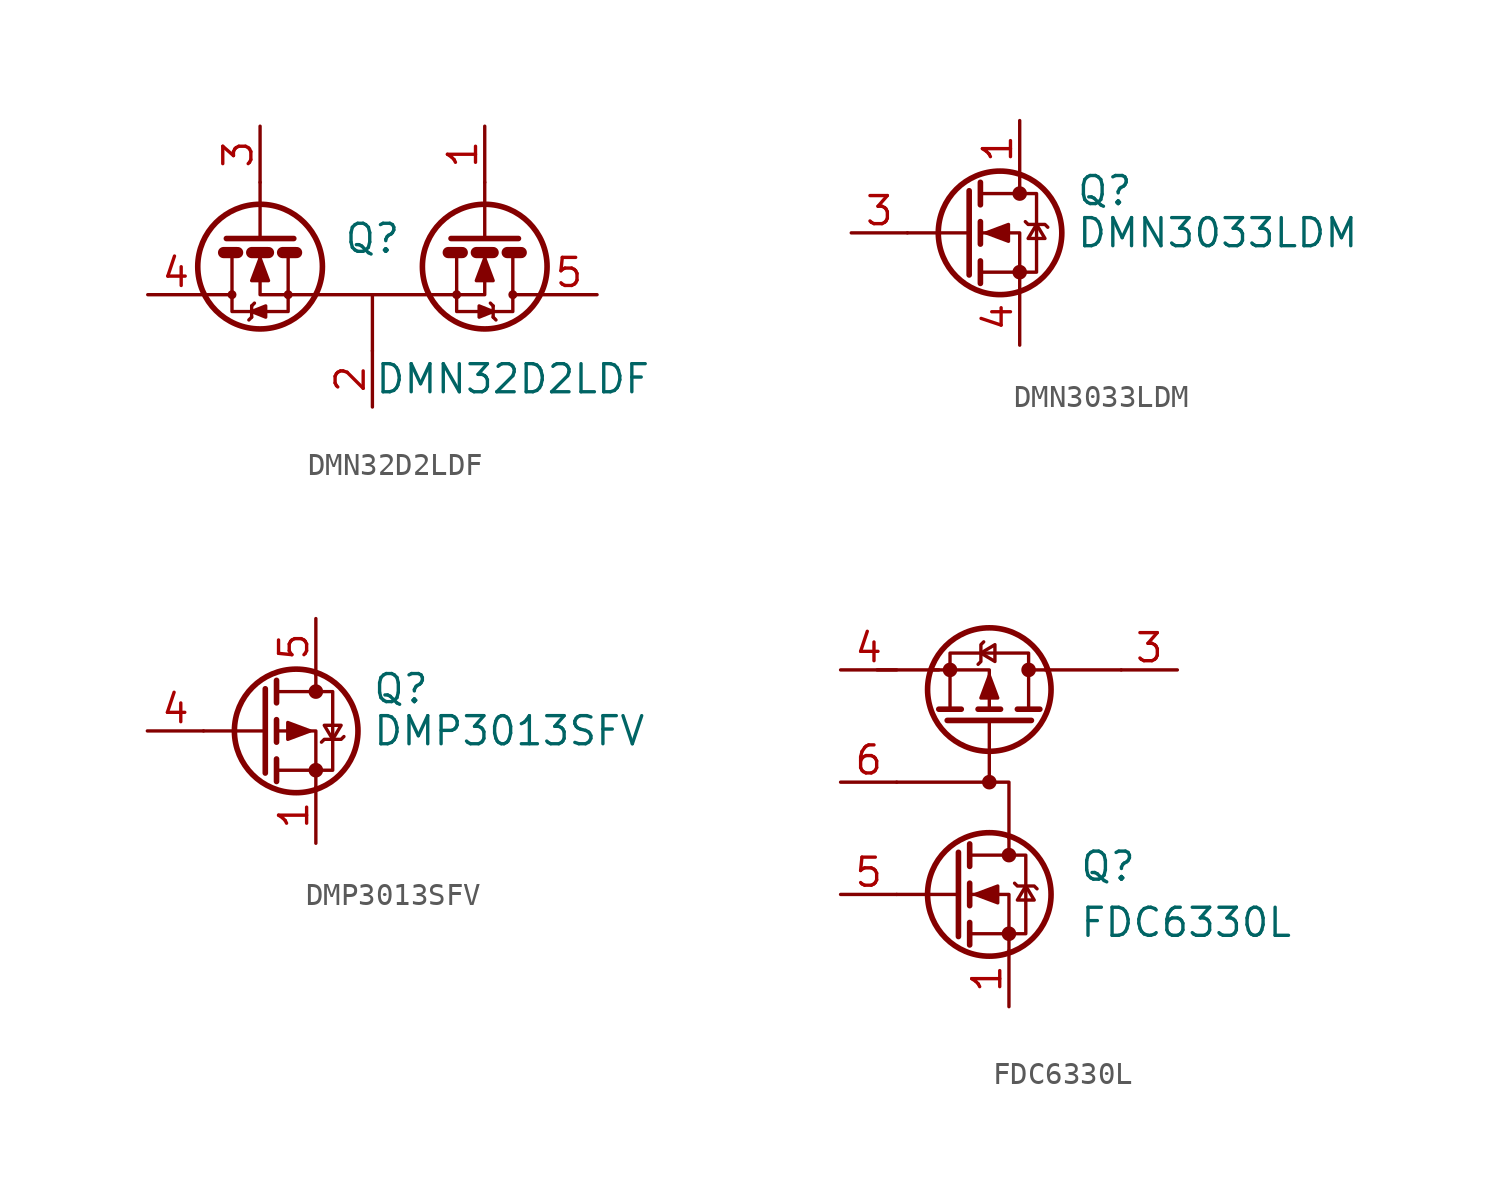
<source format=kicad_sym>
(kicad_symbol_lib
  (version 20211014)
  (generator kicad_symbol_editor)
  (symbol "DMN32D2LDF"
    (pin_names hide)
    (property "Reference" "Q"
      (at 0 2.54 0)
      (effects (font (size 1.27 1.27))))
    (property "Value" "DMN32D2LDF"
      (at 6.35 -3.81 0)
      (effects (font (size 1.27 1.27))))
    (symbol "DMN32D2LDF_0_1"
      (polyline (pts (xy -2.54 0) (xy 2.54 0)) (stroke (width 0) (type default) (color 0 0 0 0)) (fill (type none)))
      (polyline (pts (xy 0 -2.54) (xy 0 0)) (stroke (width 0) (type default) (color 0 0 0 0)) (fill (type none))))
    (symbol "DMN32D2LDF_1_1"
      (circle (center -6.35 0) (radius 0.127) (stroke (width 0) (type default) (color 0 0 0 0)) (fill (type none)))
      (circle (center -5.08 1.27) (radius 2.819) (stroke (width 0.254) (type default) (color 0 0 0 0)) (fill (type none)))
      (circle (center -3.81 0) (radius 0.127) (stroke (width 0) (type default) (color 0 0 0 0)) (fill (type none)))
      (polyline (pts (xy -6.731 1.905) (xy -6.096 1.905)) (stroke (width 0.508) (type default) (color 0 0 0 0)) (fill (type none)))
      (polyline (pts (xy -5.461 -1.016) (xy -5.588 -1.143)) (stroke (width 0) (type default) (color 0 0 0 0)) (fill (type none)))
      (polyline (pts (xy -5.461 -0.508) (xy -5.461 -1.016)) (stroke (width 0) (type default) (color 0 0 0 0)) (fill (type none)))
      (polyline (pts (xy -5.461 -0.508) (xy -5.334 -0.381)) (stroke (width 0) (type default) (color 0 0 0 0)) (fill (type none)))
      (polyline (pts (xy -5.461 1.905) (xy -4.699 1.905)) (stroke (width 0.508) (type default) (color 0 0 0 0)) (fill (type none)))
      (polyline (pts (xy -5.08 2.54) (xy -5.08 5.08)) (stroke (width 0) (type default) (color 0 0 0 0)) (fill (type none)))
      (polyline (pts (xy -4.064 1.905) (xy -3.429 1.905)) (stroke (width 0.508) (type default) (color 0 0 0 0)) (fill (type none)))
      (polyline (pts (xy 4.064 1.905) (xy 3.429 1.905)) (stroke (width 0.508) (type default) (color 0 0 0 0)) (fill (type none)))
      (polyline (pts (xy 5.08 2.54) (xy 5.08 5.08)) (stroke (width 0) (type default) (color 0 0 0 0)) (fill (type none)))
      (polyline (pts (xy 5.461 -1.016) (xy 5.588 -1.143)) (stroke (width 0) (type default) (color 0 0 0 0)) (fill (type none)))
      (polyline (pts (xy 5.461 -0.508) (xy 5.334 -0.381)) (stroke (width 0) (type default) (color 0 0 0 0)) (fill (type none)))
      (polyline (pts (xy 5.461 -0.508) (xy 5.461 -1.016)) (stroke (width 0) (type default) (color 0 0 0 0)) (fill (type none)))
      (polyline (pts (xy 5.461 1.905) (xy 4.699 1.905)) (stroke (width 0.508) (type default) (color 0 0 0 0)) (fill (type none)))
      (polyline (pts (xy 6.731 1.905) (xy 6.096 1.905)) (stroke (width 0.508) (type default) (color 0 0 0 0)) (fill (type none)))
      (polyline (pts (xy -6.604 2.54) (xy -3.556 2.54) (xy -3.556 2.54)) (stroke (width 0.254) (type default) (color 0 0 0 0)) (fill (type none)))
      (polyline (pts (xy 6.604 2.54) (xy 3.556 2.54) (xy 3.556 2.54)) (stroke (width 0.254) (type default) (color 0 0 0 0)) (fill (type none)))
      (polyline (pts (xy -6.35 0) (xy -6.35 -0.762) (xy -3.81 -0.762) (xy -3.81 0)) (stroke (width 0) (type default) (color 0 0 0 0)) (fill (type none)))
      (polyline (pts (xy -6.35 1.778) (xy -6.35 0) (xy -7.62 0) (xy -7.62 0)) (stroke (width 0) (type default) (color 0 0 0 0)) (fill (type none)))
      (polyline (pts (xy -5.461 -0.762) (xy -4.826 -0.508) (xy -4.826 -1.016) (xy -5.461 -0.762)) (stroke (width 0) (type default) (color 0 0 0 0)) (fill (type outline)))
      (polyline (pts (xy -3.81 1.778) (xy -3.81 0) (xy -2.54 0) (xy -2.54 0)) (stroke (width 0) (type default) (color 0 0 0 0)) (fill (type none)))
      (polyline (pts (xy 3.81 1.778) (xy 3.81 0) (xy 2.54 0) (xy 2.54 0)) (stroke (width 0) (type default) (color 0 0 0 0)) (fill (type none)))
      (polyline (pts (xy 5.461 -0.762) (xy 4.826 -0.508) (xy 4.826 -1.016) (xy 5.461 -0.762)) (stroke (width 0) (type default) (color 0 0 0 0)) (fill (type outline)))
      (polyline (pts (xy 6.35 0) (xy 6.35 -0.762) (xy 3.81 -0.762) (xy 3.81 0)) (stroke (width 0) (type default) (color 0 0 0 0)) (fill (type none)))
      (polyline (pts (xy 6.35 1.778) (xy 6.35 0) (xy 7.62 0) (xy 7.62 0)) (stroke (width 0) (type default) (color 0 0 0 0)) (fill (type none)))
      (polyline (pts (xy -5.08 1.778) (xy -5.08 1.27) (xy -5.08 0) (xy -3.81 0) (xy -3.81 0)) (stroke (width 0) (type default) (color 0 0 0 0)) (fill (type none)))
      (polyline (pts (xy 5.08 1.778) (xy 5.08 1.27) (xy 5.08 0) (xy 3.81 0) (xy 3.81 0)) (stroke (width 0) (type default) (color 0 0 0 0)) (fill (type none)))
      (polyline (pts (xy -5.08 1.651) (xy -5.461 0.635) (xy -4.699 0.635) (xy -5.08 1.651) (xy -5.08 1.524) (xy -5.08 1.524)) (stroke (width 0) (type default) (color 0 0 0 0)) (fill (type outline)))
      (polyline (pts (xy 5.08 1.651) (xy 5.461 0.635) (xy 4.699 0.635) (xy 5.08 1.651) (xy 5.08 1.524) (xy 5.08 1.524)) (stroke (width 0) (type default) (color 0 0 0 0)) (fill (type outline)))
      (circle (center 3.81 0) (radius 0.127) (stroke (width 0) (type default) (color 0 0 0 0)) (fill (type none)))
      (circle (center 5.08 1.27) (radius 2.819) (stroke (width 0.254) (type default) (color 0 0 0 0)) (fill (type none)))
      (circle (center 6.35 0) (radius 0.127) (stroke (width 0) (type default) (color 0 0 0 0)) (fill (type none)))
      (pin input line (at 5.08 7.62 270) (length 2.54) (name "G1" (effects (font (size 1.27 1.27)))) (number "1" (effects (font (size 1.27 1.27)))))
      (pin passive line (at 0 -5.08 90) (length 2.54) (name "S" (effects (font (size 1.27 1.27)))) (number "2" (effects (font (size 1.27 1.27)))))
      (pin input line (at -5.08 7.62 270) (length 2.54) (name "G2" (effects (font (size 1.27 1.27)))) (number "3" (effects (font (size 1.27 1.27)))))
      (pin passive line (at -10.16 0 0) (length 2.54) (name "D2" (effects (font (size 1.27 1.27)))) (number "4" (effects (font (size 1.27 1.27)))))
      (pin passive line (at 10.16 0 180) (length 2.54) (name "D1" (effects (font (size 1.27 1.27)))) (number "5" (effects (font (size 1.27 1.27)))))))
  (symbol "DMN3033LDM"
    (pin_names hide)
    (property "Reference" "Q"
      (at 5.08 1.905 0)
      (effects (font (size 1.27 1.27)) (justify left)))
    (property "Value" "DMN3033LDM"
      (at 5.08 0 0)
      (effects (font (size 1.27 1.27)) (justify left)))
    (symbol "DMN3033LDM_0_1"
      (polyline (pts (xy 0.254 0) (xy -2.54 0)) (stroke (width 0) (type default) (color 0 0 0 0)) (fill (type none)))
      (polyline (pts (xy 0.254 1.905) (xy 0.254 -1.905)) (stroke (width 0.254) (type default) (color 0 0 0 0)) (fill (type none)))
      (polyline (pts (xy 0.762 -1.27) (xy 0.762 -2.286)) (stroke (width 0.254) (type default) (color 0 0 0 0)) (fill (type none)))
      (polyline (pts (xy 0.762 0.508) (xy 0.762 -0.508)) (stroke (width 0.254) (type default) (color 0 0 0 0)) (fill (type none)))
      (polyline (pts (xy 0.762 2.286) (xy 0.762 1.27)) (stroke (width 0.254) (type default) (color 0 0 0 0)) (fill (type none)))
      (polyline (pts (xy 2.54 2.54) (xy 2.54 1.778)) (stroke (width 0) (type default) (color 0 0 0 0)) (fill (type none)))
      (polyline (pts (xy 2.54 -2.54) (xy 2.54 0) (xy 0.762 0)) (stroke (width 0) (type default) (color 0 0 0 0)) (fill (type none)))
      (polyline (pts (xy 0.762 -1.778) (xy 3.302 -1.778) (xy 3.302 1.778) (xy 0.762 1.778)) (stroke (width 0) (type default) (color 0 0 0 0)) (fill (type none)))
      (polyline (pts (xy 1.016 0) (xy 2.032 0.381) (xy 2.032 -0.381) (xy 1.016 0)) (stroke (width 0) (type default) (color 0 0 0 0)) (fill (type outline)))
      (polyline (pts (xy 2.794 0.508) (xy 2.921 0.381) (xy 3.683 0.381) (xy 3.81 0.254)) (stroke (width 0) (type default) (color 0 0 0 0)) (fill (type none)))
      (polyline (pts (xy 3.302 0.381) (xy 2.921 -0.254) (xy 3.683 -0.254) (xy 3.302 0.381)) (stroke (width 0) (type default) (color 0 0 0 0)) (fill (type none)))
      (circle (center 1.651 0) (radius 2.794) (stroke (width 0.254) (type default) (color 0 0 0 0)) (fill (type none)))
      (circle (center 2.54 -1.778) (radius 0.254) (stroke (width 0) (type default) (color 0 0 0 0)) (fill (type outline)))
      (circle (center 2.54 1.778) (radius 0.254) (stroke (width 0) (type default) (color 0 0 0 0)) (fill (type outline))))
    (symbol "DMN3033LDM_1_1"
      (pin passive line (at 2.54 5.08 270) (length 2.54) (name "D" (effects (font (size 1.27 1.27)))) (number "1" (effects (font (size 1.27 1.27)))))
      (pin passive line (at 2.54 5.08 270) (length 2.54) hide (name "D" (effects (font (size 1.27 1.27)))) (number "2" (effects (font (size 1.27 1.27)))))
      (pin input line (at -5.08 0 0) (length 2.54) (name "G" (effects (font (size 1.27 1.27)))) (number "3" (effects (font (size 1.27 1.27)))))
      (pin passive line (at 2.54 -5.08 90) (length 2.54) (name "S" (effects (font (size 1.27 1.27)))) (number "4" (effects (font (size 1.27 1.27)))))
      (pin passive line (at 2.54 5.08 270) (length 2.54) hide (name "D" (effects (font (size 1.27 1.27)))) (number "5" (effects (font (size 1.27 1.27)))))
      (pin passive line (at 2.54 5.08 270) (length 2.54) hide (name "D" (effects (font (size 1.27 1.27)))) (number "6" (effects (font (size 1.27 1.27)))))))
  (symbol "DMP3013SFV"
    (pin_names hide)
    (property "Reference" "Q"
      (at 5.08 1.905 0)
      (effects (font (size 1.27 1.27)) (justify left)))
    (property "Value" "DMP3013SFV"
      (at 5.08 0 0)
      (effects (font (size 1.27 1.27)) (justify left)))
    (symbol "DMP3013SFV_0_1"
      (polyline (pts (xy 0.254 0) (xy -2.54 0)) (stroke (width 0) (type default) (color 0 0 0 0)) (fill (type none)))
      (polyline (pts (xy 0.254 1.905) (xy 0.254 -1.905)) (stroke (width 0.254) (type default) (color 0 0 0 0)) (fill (type none)))
      (polyline (pts (xy 0.762 -1.27) (xy 0.762 -2.286)) (stroke (width 0.254) (type default) (color 0 0 0 0)) (fill (type none)))
      (polyline (pts (xy 0.762 0.508) (xy 0.762 -0.508)) (stroke (width 0.254) (type default) (color 0 0 0 0)) (fill (type none)))
      (polyline (pts (xy 0.762 2.286) (xy 0.762 1.27)) (stroke (width 0.254) (type default) (color 0 0 0 0)) (fill (type none)))
      (polyline (pts (xy 2.54 2.54) (xy 2.54 1.778)) (stroke (width 0) (type default) (color 0 0 0 0)) (fill (type none)))
      (polyline (pts (xy 2.54 -2.54) (xy 2.54 0) (xy 0.762 0)) (stroke (width 0) (type default) (color 0 0 0 0)) (fill (type none)))
      (polyline (pts (xy 0.762 1.778) (xy 3.302 1.778) (xy 3.302 -1.778) (xy 0.762 -1.778)) (stroke (width 0) (type default) (color 0 0 0 0)) (fill (type none)))
      (polyline (pts (xy 2.286 0) (xy 1.27 0.381) (xy 1.27 -0.381) (xy 2.286 0)) (stroke (width 0) (type default) (color 0 0 0 0)) (fill (type outline)))
      (polyline (pts (xy 2.794 -0.508) (xy 2.921 -0.381) (xy 3.683 -0.381) (xy 3.81 -0.254)) (stroke (width 0) (type default) (color 0 0 0 0)) (fill (type none)))
      (polyline (pts (xy 3.302 -0.381) (xy 2.921 0.254) (xy 3.683 0.254) (xy 3.302 -0.381)) (stroke (width 0) (type default) (color 0 0 0 0)) (fill (type none)))
      (circle (center 1.651 0) (radius 2.794) (stroke (width 0.254) (type default) (color 0 0 0 0)) (fill (type none)))
      (circle (center 2.54 -1.778) (radius 0.254) (stroke (width 0) (type default) (color 0 0 0 0)) (fill (type outline)))
      (circle (center 2.54 1.778) (radius 0.254) (stroke (width 0) (type default) (color 0 0 0 0)) (fill (type outline))))
    (symbol "DMP3013SFV_1_1"
      (pin passive line (at 2.54 -5.08 90) (length 2.54) (name "S" (effects (font (size 1.27 1.27)))) (number "1" (effects (font (size 1.27 1.27)))))
      (pin passive line (at 2.54 -5.08 90) (length 2.54) hide (name "S" (effects (font (size 1.27 1.27)))) (number "2" (effects (font (size 1.27 1.27)))))
      (pin passive line (at 2.54 -5.08 90) (length 2.54) hide (name "S" (effects (font (size 1.27 1.27)))) (number "3" (effects (font (size 1.27 1.27)))))
      (pin passive line (at -5.08 0 0) (length 2.54) (name "G" (effects (font (size 1.27 1.27)))) (number "4" (effects (font (size 1.27 1.27)))))
      (pin passive line (at 2.54 5.08 270) (length 2.54) (name "D" (effects (font (size 1.27 1.27)))) (number "5" (effects (font (size 1.27 1.27)))))))
  (symbol "FDC6330L"
    (pin_names hide)
    (property "Reference" "Q"
      (at 3.175 -1.27 0)
      (effects (font (size 1.27 1.27)) (justify left)))
    (property "Value" "FDC6330L"
      (at 3.175 -3.81 0)
      (effects (font (size 1.27 1.27)) (justify left)))
    (symbol "FDC6330L_0_1"
      (circle (center -0.889 -2.54) (radius 2.794) (stroke (width 0.254) (type default) (color 0 0 0 0)) (fill (type none)))
      (circle (center 0 -4.318) (radius 0.254) (stroke (width 0) (type default) (color 0 0 0 0)) (fill (type outline)))
      (circle (center 0 -0.762) (radius 0.254) (stroke (width 0) (type default) (color 0 0 0 0)) (fill (type outline)))
      (polyline (pts (xy -2.286 -2.54) (xy -5.08 -2.54)) (stroke (width 0) (type default) (color 0 0 0 0)) (fill (type none)))
      (polyline (pts (xy -2.286 -0.635) (xy -2.286 -4.445)) (stroke (width 0.254) (type default) (color 0 0 0 0)) (fill (type none)))
      (polyline (pts (xy -1.778 -3.81) (xy -1.778 -4.826)) (stroke (width 0.254) (type default) (color 0 0 0 0)) (fill (type none)))
      (polyline (pts (xy -1.778 -2.032) (xy -1.778 -3.048)) (stroke (width 0.254) (type default) (color 0 0 0 0)) (fill (type none)))
      (polyline (pts (xy -1.778 -0.254) (xy -1.778 -1.27)) (stroke (width 0.254) (type default) (color 0 0 0 0)) (fill (type none)))
      (polyline (pts (xy 0 0) (xy 0 -0.762)) (stroke (width 0) (type default) (color 0 0 0 0)) (fill (type none)))
      (polyline (pts (xy 5.08 7.62) (xy 1.651 7.62)) (stroke (width 0) (type default) (color 0 0 0 0)) (fill (type none)))
      (polyline (pts (xy -5.08 2.54) (xy 0 2.54) (xy 0 0)) (stroke (width 0) (type default) (color 0 0 0 0)) (fill (type none)))
      (polyline (pts (xy 0 -5.08) (xy 0 -2.54) (xy -1.778 -2.54)) (stroke (width 0) (type default) (color 0 0 0 0)) (fill (type none)))
      (polyline (pts (xy -1.778 -4.318) (xy 0.762 -4.318) (xy 0.762 -0.762) (xy -1.778 -0.762)) (stroke (width 0) (type default) (color 0 0 0 0)) (fill (type none))))
    (symbol "FDC6330L_1_1"
      (circle (center -2.667 7.62) (radius 0.254) (stroke (width 0) (type default) (color 0 0 0 0)) (fill (type outline)))
      (circle (center -0.889 2.54) (radius 0.254) (stroke (width 0) (type default) (color 0 0 0 0)) (fill (type outline)))
      (circle (center -0.889 6.731) (radius 2.794) (stroke (width 0.254) (type default) (color 0 0 0 0)) (fill (type none)))
      (polyline (pts (xy -3.175 7.62) (xy -5.969 7.62)) (stroke (width 0) (type default) (color 0 0 0 0)) (fill (type none)))
      (polyline (pts (xy -2.159 5.842) (xy -3.175 5.842)) (stroke (width 0.254) (type default) (color 0 0 0 0)) (fill (type none)))
      (polyline (pts (xy -0.889 5.334) (xy -0.889 2.54)) (stroke (width 0) (type default) (color 0 0 0 0)) (fill (type none)))
      (polyline (pts (xy -0.381 5.842) (xy -1.397 5.842)) (stroke (width 0.254) (type default) (color 0 0 0 0)) (fill (type none)))
      (polyline (pts (xy 1.016 5.334) (xy -2.794 5.334)) (stroke (width 0.254) (type default) (color 0 0 0 0)) (fill (type none)))
      (polyline (pts (xy 1.397 5.842) (xy 0.381 5.842)) (stroke (width 0.254) (type default) (color 0 0 0 0)) (fill (type none)))
      (polyline (pts (xy 1.651 7.62) (xy 0.889 7.62)) (stroke (width 0) (type default) (color 0 0 0 0)) (fill (type none)))
      (polyline (pts (xy -3.429 7.62) (xy -0.889 7.62) (xy -0.889 5.842)) (stroke (width 0) (type default) (color 0 0 0 0)) (fill (type none)))
      (polyline (pts (xy -2.667 5.842) (xy -2.667 8.382) (xy 0.889 8.382) (xy 0.889 5.842)) (stroke (width 0) (type default) (color 0 0 0 0)) (fill (type none)))
      (polyline (pts (xy -1.524 -2.54) (xy -0.508 -2.159) (xy -0.508 -2.921) (xy -1.524 -2.54)) (stroke (width 0) (type default) (color 0 0 0 0)) (fill (type outline)))
      (polyline (pts (xy -1.397 7.874) (xy -1.27 8.001) (xy -1.27 8.763) (xy -1.143 8.89)) (stroke (width 0) (type default) (color 0 0 0 0)) (fill (type none)))
      (polyline (pts (xy -1.27 8.382) (xy -0.635 8.001) (xy -0.635 8.763) (xy -1.27 8.382)) (stroke (width 0) (type default) (color 0 0 0 0)) (fill (type none)))
      (polyline (pts (xy -0.889 7.366) (xy -0.508 6.35) (xy -1.27 6.35) (xy -0.889 7.366)) (stroke (width 0) (type default) (color 0 0 0 0)) (fill (type outline)))
      (polyline (pts (xy 0.254 -2.032) (xy 0.381 -2.159) (xy 1.143 -2.159) (xy 1.27 -2.286)) (stroke (width 0) (type default) (color 0 0 0 0)) (fill (type none)))
      (polyline (pts (xy 0.762 -2.159) (xy 0.381 -2.794) (xy 1.143 -2.794) (xy 0.762 -2.159)) (stroke (width 0) (type default) (color 0 0 0 0)) (fill (type none)))
      (circle (center 0.889 7.62) (radius 0.254) (stroke (width 0) (type default) (color 0 0 0 0)) (fill (type outline)))
      (pin passive line (at 0 -7.62 90) (length 2.54) (name "S1" (effects (font (size 1.27 1.27)))) (number "1" (effects (font (size 1.27 1.27)))))
      (pin passive line (at 7.62 7.62 180) (length 2.54) hide (name "D2" (effects (font (size 1.27 1.27)))) (number "2" (effects (font (size 1.27 1.27)))))
      (pin passive line (at 7.62 7.62 180) (length 2.54) (name "D2" (effects (font (size 1.27 1.27)))) (number "3" (effects (font (size 1.27 1.27)))))
      (pin passive line (at -7.62 7.62 0) (length 2.54) (name "S2" (effects (font (size 1.27 1.27)))) (number "4" (effects (font (size 1.27 1.27)))))
      (pin passive line (at -7.62 -2.54 0) (length 2.54) (name "G1" (effects (font (size 1.27 1.27)))) (number "5" (effects (font (size 1.27 1.27)))))
      (pin passive line (at -7.62 2.54 0) (length 2.54) (name "D1" (effects (font (size 1.27 1.27)))) (number "6" (effects (font (size 1.27 1.27))))))))
</source>
